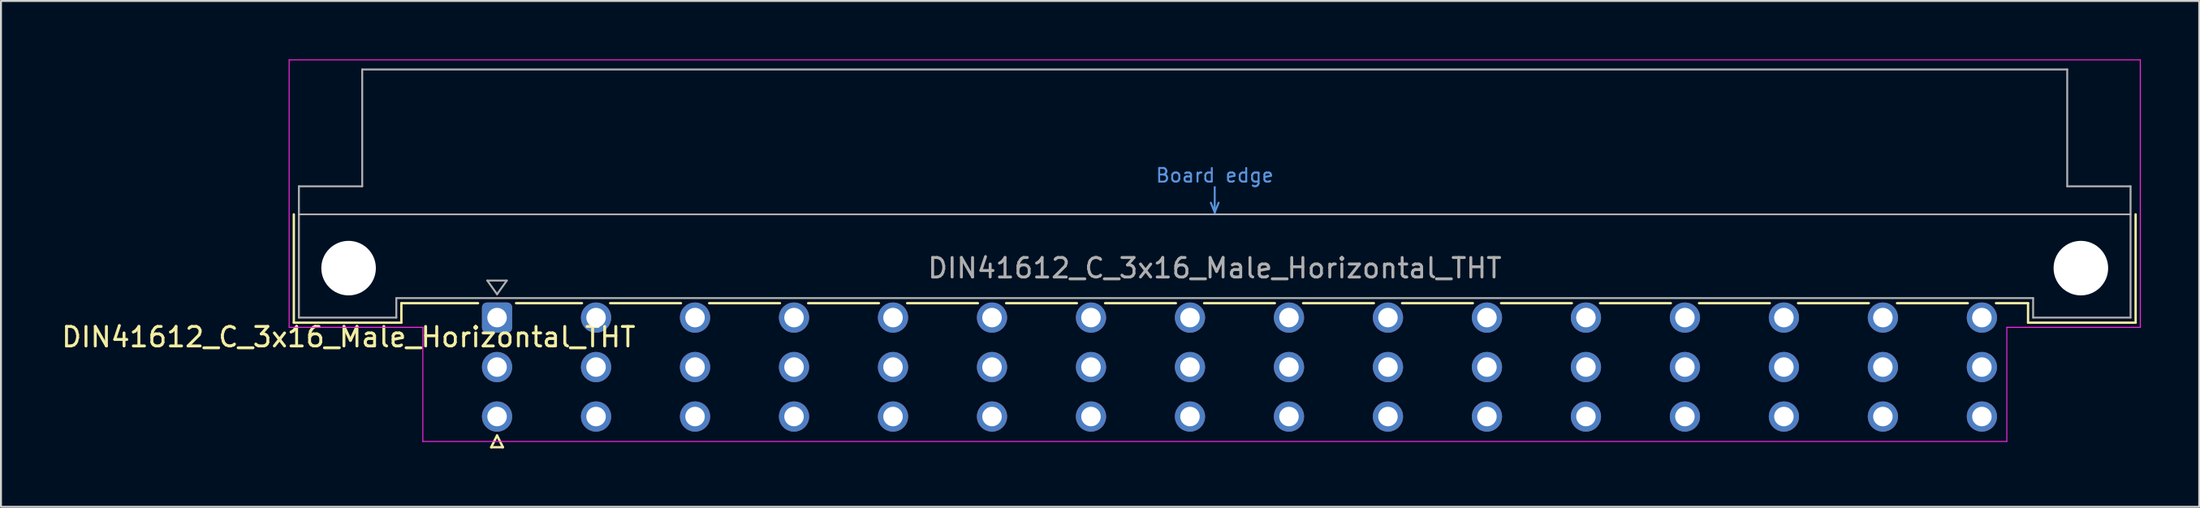
<source format=kicad_pcb>
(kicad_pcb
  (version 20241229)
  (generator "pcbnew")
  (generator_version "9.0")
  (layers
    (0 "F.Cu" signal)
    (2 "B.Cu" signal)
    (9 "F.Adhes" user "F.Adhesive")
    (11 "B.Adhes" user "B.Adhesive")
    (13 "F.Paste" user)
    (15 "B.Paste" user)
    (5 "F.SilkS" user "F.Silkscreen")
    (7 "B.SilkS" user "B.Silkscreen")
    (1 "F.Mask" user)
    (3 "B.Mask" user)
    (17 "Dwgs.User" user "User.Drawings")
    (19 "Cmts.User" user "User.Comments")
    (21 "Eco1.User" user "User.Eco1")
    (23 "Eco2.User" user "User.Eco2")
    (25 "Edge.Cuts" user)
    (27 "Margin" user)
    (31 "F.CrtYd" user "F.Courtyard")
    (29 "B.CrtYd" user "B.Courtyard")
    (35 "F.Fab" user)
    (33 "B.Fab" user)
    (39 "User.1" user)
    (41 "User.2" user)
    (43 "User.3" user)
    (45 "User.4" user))
  (footprint "DIN41612_C_3x16_Male_Horizontal_THT"
    (layer "F.Cu")
    (at 19.919 13.255)
    (property "Reference" "DIN41612_C_3x16_Male_Horizontal_THT" (at -5.08 1 0) (layer "F.SilkS") (effects (font (size 1 1) (thickness 0.15))))
    (attr through_hole)
    (fp_line (start -7.89 -5.3) (end -7.89 0.26) (stroke (width 0.12) (type solid)) (layer "F.SilkS"))
    (fp_line (start -7.89 0.26) (end -2.37 0.26) (stroke (width 0.12) (type solid)) (layer "F.SilkS"))
    (fp_line (start -2.371 -0.74) (end 1.565 -0.74) (stroke (width 0.12) (type solid)) (layer "F.SilkS"))
    (fp_line (start -2.37 0.26) (end -2.37 -0.74) (stroke (width 0.12) (type solid)) (layer "F.SilkS"))
    (fp_line (start 2.24 6.655) (end 2.84 6.655) (stroke (width 0.12) (type solid)) (layer "F.SilkS"))
    (fp_line (start 2.54 6.055) (end 2.24 6.655) (stroke (width 0.12) (type solid)) (layer "F.SilkS"))
    (fp_line (start 2.84 6.655) (end 2.54 6.055) (stroke (width 0.12) (type solid)) (layer "F.SilkS"))
    (fp_line (start 3.515 -0.74) (end 6.897 -0.74) (stroke (width 0.12) (type solid)) (layer "F.SilkS"))
    (fp_line (start 8.344 -0.74) (end 11.977 -0.74) (stroke (width 0.12) (type solid)) (layer "F.SilkS"))
    (fp_line (start 13.424 -0.74) (end 17.057 -0.74) (stroke (width 0.12) (type solid)) (layer "F.SilkS"))
    (fp_line (start 18.504 -0.74) (end 22.137 -0.74) (stroke (width 0.12) (type solid)) (layer "F.SilkS"))
    (fp_line (start 23.584 -0.74) (end 27.217 -0.74) (stroke (width 0.12) (type solid)) (layer "F.SilkS"))
    (fp_line (start 28.664 -0.74) (end 32.297 -0.74) (stroke (width 0.12) (type solid)) (layer "F.SilkS"))
    (fp_line (start 33.744 -0.74) (end 37.377 -0.74) (stroke (width 0.12) (type solid)) (layer "F.SilkS"))
    (fp_line (start 38.824 -0.74) (end 42.457 -0.74) (stroke (width 0.12) (type solid)) (layer "F.SilkS"))
    (fp_line (start 43.904 -0.74) (end 47.537 -0.74) (stroke (width 0.12) (type solid)) (layer "F.SilkS"))
    (fp_line (start 48.984 -0.74) (end 52.617 -0.74) (stroke (width 0.12) (type solid)) (layer "F.SilkS"))
    (fp_line (start 54.064 -0.74) (end 57.697 -0.74) (stroke (width 0.12) (type solid)) (layer "F.SilkS"))
    (fp_line (start 59.144 -0.74) (end 62.777 -0.74) (stroke (width 0.12) (type solid)) (layer "F.SilkS"))
    (fp_line (start 64.224 -0.74) (end 67.857 -0.74) (stroke (width 0.12) (type solid)) (layer "F.SilkS"))
    (fp_line (start 69.304 -0.74) (end 72.937 -0.74) (stroke (width 0.12) (type solid)) (layer "F.SilkS"))
    (fp_line (start 74.384 -0.74) (end 78.017 -0.74) (stroke (width 0.12) (type solid)) (layer "F.SilkS"))
    (fp_line (start 79.464 -0.74) (end 81.11 -0.74) (stroke (width 0.12) (type solid)) (layer "F.SilkS"))
    (fp_line (start 81.11 0.26) (end 81.11 -0.74) (stroke (width 0.12) (type solid)) (layer "F.SilkS"))
    (fp_line (start 86.63 -5.3) (end 86.63 0.26) (stroke (width 0.12) (type solid)) (layer "F.SilkS"))
    (fp_line (start 86.63 0.26) (end 81.11 0.26) (stroke (width 0.12) (type solid)) (layer "F.SilkS"))
    (fp_line (start -7.63 -5.3) (end 86.37 -5.3) (stroke (width 0.08) (type solid)) (layer "Dwgs.User"))
    (fp_line (start 39.17 -5.9) (end 39.37 -5.4) (stroke (width 0.1) (type solid)) (layer "Cmts.User"))
    (fp_line (start 39.37 -5.4) (end 39.37 -6.7) (stroke (width 0.1) (type solid)) (layer "Cmts.User"))
    (fp_line (start 39.37 -5.4) (end 39.57 -5.9) (stroke (width 0.1) (type solid)) (layer "Cmts.User"))
    (fp_line (start -8.13 -13.23) (end -8.13 0.5) (stroke (width 0.05) (type solid)) (layer "F.CrtYd"))
    (fp_line (start -8.13 0.5) (end -1.27 0.5) (stroke (width 0.05) (type solid)) (layer "F.CrtYd"))
    (fp_line (start -1.27 0.5) (end -1.27 6.36) (stroke (width 0.05) (type solid)) (layer "F.CrtYd"))
    (fp_line (start -1.27 6.36) (end 80.02 6.36) (stroke (width 0.05) (type solid)) (layer "F.CrtYd"))
    (fp_line (start 80.02 0.5) (end 86.87 0.5) (stroke (width 0.05) (type solid)) (layer "F.CrtYd"))
    (fp_line (start 80.02 6.36) (end 80.02 0.5) (stroke (width 0.05) (type solid)) (layer "F.CrtYd"))
    (fp_line (start 86.87 -13.23) (end -8.13 -13.23) (stroke (width 0.05) (type solid)) (layer "F.CrtYd"))
    (fp_line (start 86.87 0.5) (end 86.87 -13.23) (stroke (width 0.05) (type solid)) (layer "F.CrtYd"))
    (fp_line (start -7.63 -6.74) (end -7.63 0) (stroke (width 0.1) (type solid)) (layer "F.Fab"))
    (fp_line (start -7.63 0) (end -2.63 0) (stroke (width 0.1) (type solid)) (layer "F.Fab"))
    (fp_line (start -4.38 -12.74) (end -4.38 -6.74) (stroke (width 0.1) (type solid)) (layer "F.Fab"))
    (fp_line (start -4.38 -6.74) (end -7.63 -6.74) (stroke (width 0.1) (type solid)) (layer "F.Fab"))
    (fp_line (start -2.63 -1) (end 81.37 -1) (stroke (width 0.1) (type solid)) (layer "F.Fab"))
    (fp_line (start -2.63 0) (end -2.63 -1) (stroke (width 0.1) (type solid)) (layer "F.Fab"))
    (fp_line (start 2.04 -1.9) (end 3.04 -1.9) (stroke (width 0.1) (type solid)) (layer "F.Fab"))
    (fp_line (start 2.54 -1.2) (end 2.04 -1.9) (stroke (width 0.1) (type solid)) (layer "F.Fab"))
    (fp_line (start 3.04 -1.9) (end 2.54 -1.2) (stroke (width 0.1) (type solid)) (layer "F.Fab"))
    (fp_line (start 81.37 -1) (end 81.37 0) (stroke (width 0.1) (type solid)) (layer "F.Fab"))
    (fp_line (start 81.37 0) (end 86.37 0) (stroke (width 0.1) (type solid)) (layer "F.Fab"))
    (fp_line (start 83.12 -12.74) (end -4.38 -12.74) (stroke (width 0.1) (type solid)) (layer "F.Fab"))
    (fp_line (start 83.12 -6.74) (end 83.12 -12.74) (stroke (width 0.1) (type solid)) (layer "F.Fab"))
    (fp_line (start 86.37 -6.74) (end 83.12 -6.74) (stroke (width 0.1) (type solid)) (layer "F.Fab"))
    (fp_line (start 86.37 0) (end 86.37 -6.74) (stroke (width 0.1) (type solid)) (layer "F.Fab"))
    (fp_text user "Board edge" (at 39.37 -7.3 0) (layer "Cmts.User") (effects (font (size 0.7 0.7) (thickness 0.1))))
    (fp_text user "${REFERENCE}" (at 39.37 -2.54 0) (layer "F.Fab") (effects (font (size 1 1) (thickness 0.15))))
    (pad "" np_thru_hole circle (at -5.08 -2.54) (size 2.8 2.8) (drill 2.8) (layers "*.Cu" "*.Mask"))
    (pad "" np_thru_hole circle (at 83.82 -2.54) (size 2.8 2.8) (drill 2.8) (layers "*.Cu" "*.Mask"))
    (pad "a2" thru_hole roundrect (at 2.54 0) (size 1.55 1.55) (drill 1) (layers "*.Cu" "*.Mask") (roundrect_rratio 0.161))
    (pad "a4" thru_hole circle (at 7.62 0) (size 1.55 1.55) (drill 1) (layers "*.Cu" "*.Mask"))
    (pad "a6" thru_hole circle (at 12.7 0) (size 1.55 1.55) (drill 1) (layers "*.Cu" "*.Mask"))
    (pad "a8" thru_hole circle (at 17.78 0) (size 1.55 1.55) (drill 1) (layers "*.Cu" "*.Mask"))
    (pad "a10" thru_hole circle (at 22.86 0) (size 1.55 1.55) (drill 1) (layers "*.Cu" "*.Mask"))
    (pad "a12" thru_hole circle (at 27.94 0) (size 1.55 1.55) (drill 1) (layers "*.Cu" "*.Mask"))
    (pad "a14" thru_hole circle (at 33.02 0) (size 1.55 1.55) (drill 1) (layers "*.Cu" "*.Mask"))
    (pad "a16" thru_hole circle (at 38.1 0) (size 1.55 1.55) (drill 1) (layers "*.Cu" "*.Mask"))
    (pad "a18" thru_hole circle (at 43.18 0) (size 1.55 1.55) (drill 1) (layers "*.Cu" "*.Mask"))
    (pad "a20" thru_hole circle (at 48.26 0) (size 1.55 1.55) (drill 1) (layers "*.Cu" "*.Mask"))
    (pad "a22" thru_hole circle (at 53.34 0) (size 1.55 1.55) (drill 1) (layers "*.Cu" "*.Mask"))
    (pad "a24" thru_hole circle (at 58.42 0) (size 1.55 1.55) (drill 1) (layers "*.Cu" "*.Mask"))
    (pad "a26" thru_hole circle (at 63.5 0) (size 1.55 1.55) (drill 1) (layers "*.Cu" "*.Mask"))
    (pad "a28" thru_hole circle (at 68.58 0) (size 1.55 1.55) (drill 1) (layers "*.Cu" "*.Mask"))
    (pad "a30" thru_hole circle (at 73.66 0) (size 1.55 1.55) (drill 1) (layers "*.Cu" "*.Mask"))
    (pad "a32" thru_hole circle (at 78.74 0) (size 1.55 1.55) (drill 1) (layers "*.Cu" "*.Mask"))
    (pad "b2" thru_hole circle (at 2.54 2.54) (size 1.55 1.55) (drill 1) (layers "*.Cu" "*.Mask"))
    (pad "b4" thru_hole circle (at 7.62 2.54) (size 1.55 1.55) (drill 1) (layers "*.Cu" "*.Mask"))
    (pad "b6" thru_hole circle (at 12.7 2.54) (size 1.55 1.55) (drill 1) (layers "*.Cu" "*.Mask"))
    (pad "b8" thru_hole circle (at 17.78 2.54) (size 1.55 1.55) (drill 1) (layers "*.Cu" "*.Mask"))
    (pad "b10" thru_hole circle (at 22.86 2.54) (size 1.55 1.55) (drill 1) (layers "*.Cu" "*.Mask"))
    (pad "b12" thru_hole circle (at 27.94 2.54) (size 1.55 1.55) (drill 1) (layers "*.Cu" "*.Mask"))
    (pad "b14" thru_hole circle (at 33.02 2.54) (size 1.55 1.55) (drill 1) (layers "*.Cu" "*.Mask"))
    (pad "b16" thru_hole circle (at 38.1 2.54) (size 1.55 1.55) (drill 1) (layers "*.Cu" "*.Mask"))
    (pad "b18" thru_hole circle (at 43.18 2.54) (size 1.55 1.55) (drill 1) (layers "*.Cu" "*.Mask"))
    (pad "b20" thru_hole circle (at 48.26 2.54) (size 1.55 1.55) (drill 1) (layers "*.Cu" "*.Mask"))
    (pad "b22" thru_hole circle (at 53.34 2.54) (size 1.55 1.55) (drill 1) (layers "*.Cu" "*.Mask"))
    (pad "b24" thru_hole circle (at 58.42 2.54) (size 1.55 1.55) (drill 1) (layers "*.Cu" "*.Mask"))
    (pad "b26" thru_hole circle (at 63.5 2.54) (size 1.55 1.55) (drill 1) (layers "*.Cu" "*.Mask"))
    (pad "b28" thru_hole circle (at 68.58 2.54) (size 1.55 1.55) (drill 1) (layers "*.Cu" "*.Mask"))
    (pad "b30" thru_hole circle (at 73.66 2.54) (size 1.55 1.55) (drill 1) (layers "*.Cu" "*.Mask"))
    (pad "b32" thru_hole circle (at 78.74 2.54) (size 1.55 1.55) (drill 1) (layers "*.Cu" "*.Mask"))
    (pad "c2" thru_hole circle (at 2.54 5.08) (size 1.55 1.55) (drill 1) (layers "*.Cu" "*.Mask"))
    (pad "c4" thru_hole circle (at 7.62 5.08) (size 1.55 1.55) (drill 1) (layers "*.Cu" "*.Mask"))
    (pad "c6" thru_hole circle (at 12.7 5.08) (size 1.55 1.55) (drill 1) (layers "*.Cu" "*.Mask"))
    (pad "c8" thru_hole circle (at 17.78 5.08) (size 1.55 1.55) (drill 1) (layers "*.Cu" "*.Mask"))
    (pad "c10" thru_hole circle (at 22.86 5.08) (size 1.55 1.55) (drill 1) (layers "*.Cu" "*.Mask"))
    (pad "c12" thru_hole circle (at 27.94 5.08) (size 1.55 1.55) (drill 1) (layers "*.Cu" "*.Mask"))
    (pad "c14" thru_hole circle (at 33.02 5.08) (size 1.55 1.55) (drill 1) (layers "*.Cu" "*.Mask"))
    (pad "c16" thru_hole circle (at 38.1 5.08) (size 1.55 1.55) (drill 1) (layers "*.Cu" "*.Mask"))
    (pad "c18" thru_hole circle (at 43.18 5.08) (size 1.55 1.55) (drill 1) (layers "*.Cu" "*.Mask"))
    (pad "c20" thru_hole circle (at 48.26 5.08) (size 1.55 1.55) (drill 1) (layers "*.Cu" "*.Mask"))
    (pad "c22" thru_hole circle (at 53.34 5.08) (size 1.55 1.55) (drill 1) (layers "*.Cu" "*.Mask"))
    (pad "c24" thru_hole circle (at 58.42 5.08) (size 1.55 1.55) (drill 1) (layers "*.Cu" "*.Mask"))
    (pad "c26" thru_hole circle (at 63.5 5.08) (size 1.55 1.55) (drill 1) (layers "*.Cu" "*.Mask"))
    (pad "c28" thru_hole circle (at 68.58 5.08) (size 1.55 1.55) (drill 1) (layers "*.Cu" "*.Mask"))
    (pad "c30" thru_hole circle (at 73.66 5.08) (size 1.55 1.55) (drill 1) (layers "*.Cu" "*.Mask"))
    (pad "c32" thru_hole circle (at 78.74 5.08) (size 1.55 1.55) (drill 1) (layers "*.Cu" "*.Mask")))
  (gr_rect
    (start -3 -3)
    (end 109.814 22.97)
    (stroke (width 0.1) (type default))
    (fill no)
    (layer "Edge.Cuts")))
</source>
